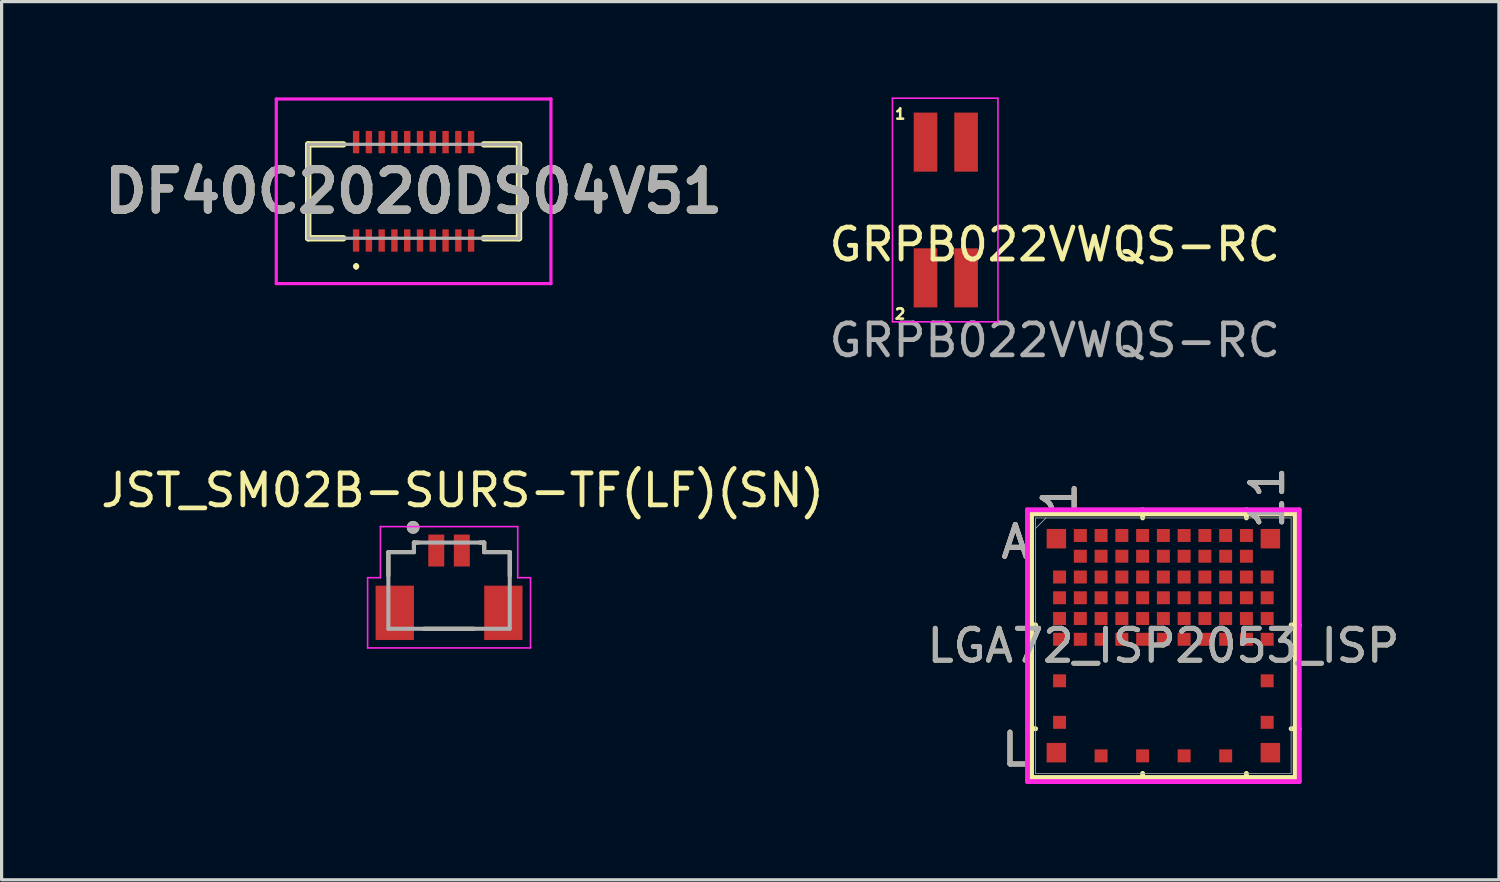
<source format=kicad_pcb>
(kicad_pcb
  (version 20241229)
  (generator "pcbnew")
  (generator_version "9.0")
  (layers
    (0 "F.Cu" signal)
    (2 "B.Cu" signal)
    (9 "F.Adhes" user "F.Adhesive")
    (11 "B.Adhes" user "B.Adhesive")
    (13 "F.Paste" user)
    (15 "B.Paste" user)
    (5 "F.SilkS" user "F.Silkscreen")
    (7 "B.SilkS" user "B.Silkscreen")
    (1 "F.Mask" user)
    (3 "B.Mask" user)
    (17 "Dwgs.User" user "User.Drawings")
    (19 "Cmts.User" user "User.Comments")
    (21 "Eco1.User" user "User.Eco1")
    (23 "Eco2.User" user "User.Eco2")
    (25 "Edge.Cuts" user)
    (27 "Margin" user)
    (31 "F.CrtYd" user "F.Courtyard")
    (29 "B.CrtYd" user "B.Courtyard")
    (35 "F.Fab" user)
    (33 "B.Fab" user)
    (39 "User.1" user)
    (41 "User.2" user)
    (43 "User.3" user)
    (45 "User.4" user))
  (footprint "LGA72_ISP2053_ISP"
    (layer "F.Cu")
    (at 33.375 17.166)
    (property "Reference" "LGA72_ISP2053_ISP" (at 0 0 0) (unlocked yes) (layer "F.SilkS") (effects (font (size 1 1) (thickness 0.15))))
    (attr smd)
    (fp_line (start -4.128 -4.128) (end -4.128 4.128) (stroke (width 0.152) (type solid)) (layer "F.SilkS"))
    (fp_line (start -4.128 4.128) (end 4.128 4.128) (stroke (width 0.152) (type solid)) (layer "F.SilkS"))
    (fp_line (start -4 -0.65) (end -4.255 -0.65) (stroke (width 0.152) (type solid)) (layer "F.SilkS"))
    (fp_line (start -4 2.6) (end -4.255 2.6) (stroke (width 0.152) (type solid)) (layer "F.SilkS"))
    (fp_line (start -0.65 -4) (end -0.65 -4.255) (stroke (width 0.152) (type solid)) (layer "F.SilkS"))
    (fp_line (start -0.65 4) (end -0.65 4.255) (stroke (width 0.152) (type solid)) (layer "F.SilkS"))
    (fp_line (start 2.6 -4) (end 2.6 -4.255) (stroke (width 0.152) (type solid)) (layer "F.SilkS"))
    (fp_line (start 2.6 4) (end 2.6 4.255) (stroke (width 0.152) (type solid)) (layer "F.SilkS"))
    (fp_line (start 4 -0.65) (end 4.255 -0.65) (stroke (width 0.152) (type solid)) (layer "F.SilkS"))
    (fp_line (start 4 2.6) (end 4.255 2.6) (stroke (width 0.152) (type solid)) (layer "F.SilkS"))
    (fp_line (start 4.128 -4.128) (end -4.128 -4.128) (stroke (width 0.152) (type solid)) (layer "F.SilkS"))
    (fp_line (start 4.128 4.128) (end 4.128 -4.128) (stroke (width 0.152) (type solid)) (layer "F.SilkS"))
    (fp_poly (pts (xy -4.019 -4.019) (xy 4.019 -4.019) (xy 4.019 4.019) (xy -4.019 4.019)) (stroke (width 0.1) (type solid)) (fill no) (layer "Eco2.User"))
    (fp_line (start -4.255 -4.255) (end 4.255 -4.255) (stroke (width 0.152) (type solid)) (layer "F.CrtYd"))
    (fp_line (start -4.255 4.255) (end -4.255 -4.255) (stroke (width 0.152) (type solid)) (layer "F.CrtYd"))
    (fp_line (start 4.255 -4.255) (end 4.255 4.255) (stroke (width 0.152) (type solid)) (layer "F.CrtYd"))
    (fp_line (start 4.255 4.255) (end -4.255 4.255) (stroke (width 0.152) (type solid)) (layer "F.CrtYd"))
    (fp_line (start -4 -4) (end -4 4) (stroke (width 0.025) (type solid)) (layer "F.Fab"))
    (fp_line (start -4 4) (end 4 4) (stroke (width 0.025) (type solid)) (layer "F.Fab"))
    (fp_line (start -3.675 -4) (end -4 -3.675) (stroke (width 0.025) (type solid)) (layer "F.Fab"))
    (fp_line (start 4 -4) (end -4 -4) (stroke (width 0.025) (type solid)) (layer "F.Fab"))
    (fp_line (start 4 4) (end 4 -4) (stroke (width 0.025) (type solid)) (layer "F.Fab"))
    (fp_text user "1" (at -3.25 -4.636 90) (unlocked yes) (layer "F.SilkS") (effects (font (size 1 1) (thickness 0.15))))
    (fp_text user "11" (at 3.25 -4.636 90) (unlocked yes) (layer "F.SilkS") (effects (font (size 1 1) (thickness 0.15))))
    (fp_text user "L" (at -4.636 3.25 0) (unlocked yes) (layer "F.SilkS") (effects (font (size 1 1) (thickness 0.15))))
    (fp_text user "A" (at -4.636 -3.25 0) (unlocked yes) (layer "F.SilkS") (effects (font (size 1 1) (thickness 0.15))))
    (fp_text user "1" (at -3.25 -4.636 90) (unlocked yes) (layer "B.SilkS") (effects (font (size 1 1) (thickness 0.15))))
    (fp_text user "11" (at 3.25 -4.636 90) (unlocked yes) (layer "B.SilkS") (effects (font (size 1 1) (thickness 0.15))))
    (fp_text user "L" (at -4.636 3.25 0) (unlocked yes) (layer "B.SilkS") (effects (font (size 1 1) (thickness 0.15))))
    (fp_text user "A" (at -4.636 -3.25 0) (unlocked yes) (layer "B.SilkS") (effects (font (size 1 1) (thickness 0.15))))
    (fp_text user "L" (at -4.636 3.25 0) (unlocked yes) (layer "F.Fab") (effects (font (size 1 1) (thickness 0.15))))
    (fp_text user "A" (at -4.636 -3.25 0) (unlocked yes) (layer "F.Fab") (effects (font (size 1 1) (thickness 0.15))))
    (fp_text user "${REFERENCE}" (at 0 0 0) (unlocked yes) (layer "F.Fab") (effects (font (size 1 1) (thickness 0.15))))
    (fp_text user "1" (at -3.25 -4.636 90) (unlocked yes) (layer "F.Fab") (effects (font (size 1 1) (thickness 0.15))))
    (fp_text user "11" (at 3.25 -4.636 90) (unlocked yes) (layer "F.Fab") (effects (font (size 1 1) (thickness 0.15))))
    (pad "A1" smd rect (at -3.35 -3.35) (size 0.61 0.61) (layers "F.Cu" "F.Mask" "F.Paste"))
    (pad "A2" smd rect (at -2.6 -3.45) (size 0.406 0.406) (layers "F.Cu" "F.Mask" "F.Paste"))
    (pad "A3" smd rect (at -1.95 -3.45) (size 0.406 0.406) (layers "F.Cu" "F.Mask" "F.Paste"))
    (pad "A4" smd rect (at -1.3 -3.45) (size 0.406 0.406) (layers "F.Cu" "F.Mask" "F.Paste"))
    (pad "A5" smd rect (at -0.65 -3.45) (size 0.406 0.406) (layers "F.Cu" "F.Mask" "F.Paste"))
    (pad "A6" smd rect (at 0 -3.45) (size 0.406 0.406) (layers "F.Cu" "F.Mask" "F.Paste"))
    (pad "A7" smd rect (at 0.65 -3.45) (size 0.406 0.406) (layers "F.Cu" "F.Mask" "F.Paste"))
    (pad "A8" smd rect (at 1.3 -3.45) (size 0.406 0.406) (layers "F.Cu" "F.Mask" "F.Paste"))
    (pad "A9" smd rect (at 1.95 -3.45) (size 0.406 0.406) (layers "F.Cu" "F.Mask" "F.Paste"))
    (pad "A10" smd rect (at 2.6 -3.45) (size 0.406 0.406) (layers "F.Cu" "F.Mask" "F.Paste"))
    (pad "A11" smd rect (at 3.35 -3.35) (size 0.61 0.61) (layers "F.Cu" "F.Mask" "F.Paste"))
    (pad "B2" smd rect (at -2.6 -2.8) (size 0.406 0.406) (layers "F.Cu" "F.Mask" "F.Paste"))
    (pad "B3" smd rect (at -1.95 -2.8) (size 0.406 0.406) (layers "F.Cu" "F.Mask" "F.Paste"))
    (pad "B4" smd rect (at -1.3 -2.8) (size 0.406 0.406) (layers "F.Cu" "F.Mask" "F.Paste"))
    (pad "B5" smd rect (at -0.65 -2.8) (size 0.406 0.406) (layers "F.Cu" "F.Mask" "F.Paste"))
    (pad "B6" smd rect (at 0 -2.8) (size 0.406 0.406) (layers "F.Cu" "F.Mask" "F.Paste"))
    (pad "B7" smd rect (at 0.65 -2.8) (size 0.406 0.406) (layers "F.Cu" "F.Mask" "F.Paste"))
    (pad "B8" smd rect (at 1.3 -2.8) (size 0.406 0.406) (layers "F.Cu" "F.Mask" "F.Paste"))
    (pad "B9" smd rect (at 1.95 -2.8) (size 0.406 0.406) (layers "F.Cu" "F.Mask" "F.Paste"))
    (pad "B10" smd rect (at 2.6 -2.8) (size 0.406 0.406) (layers "F.Cu" "F.Mask" "F.Paste"))
    (pad "C1" smd rect (at -3.25 -2.15) (size 0.406 0.406) (layers "F.Cu" "F.Mask" "F.Paste"))
    (pad "C2" smd rect (at -2.6 -2.15) (size 0.406 0.406) (layers "F.Cu" "F.Mask" "F.Paste"))
    (pad "C3" smd rect (at -1.95 -2.15) (size 0.406 0.406) (layers "F.Cu" "F.Mask" "F.Paste"))
    (pad "C4" smd rect (at -1.3 -2.15) (size 0.406 0.406) (layers "F.Cu" "F.Mask" "F.Paste"))
    (pad "C5" smd rect (at -0.65 -2.15) (size 0.406 0.406) (layers "F.Cu" "F.Mask" "F.Paste"))
    (pad "C6" smd rect (at 0 -2.15) (size 0.406 0.406) (layers "F.Cu" "F.Mask" "F.Paste"))
    (pad "C7" smd rect (at 0.65 -2.15) (size 0.406 0.406) (layers "F.Cu" "F.Mask" "F.Paste"))
    (pad "C8" smd rect (at 1.3 -2.15) (size 0.406 0.406) (layers "F.Cu" "F.Mask" "F.Paste"))
    (pad "C9" smd rect (at 1.95 -2.15) (size 0.406 0.406) (layers "F.Cu" "F.Mask" "F.Paste"))
    (pad "C10" smd rect (at 2.6 -2.15) (size 0.406 0.406) (layers "F.Cu" "F.Mask" "F.Paste"))
    (pad "C11" smd rect (at 3.25 -2.15) (size 0.406 0.406) (layers "F.Cu" "F.Mask" "F.Paste"))
    (pad "D1" smd rect (at -3.25 -1.5) (size 0.406 0.406) (layers "F.Cu" "F.Mask" "F.Paste"))
    (pad "D2" smd rect (at -2.6 -1.5) (size 0.406 0.406) (layers "F.Cu" "F.Mask" "F.Paste"))
    (pad "D3" smd rect (at -1.95 -1.5) (size 0.406 0.406) (layers "F.Cu" "F.Mask" "F.Paste"))
    (pad "D4" smd rect (at -1.3 -1.5) (size 0.406 0.406) (layers "F.Cu" "F.Mask" "F.Paste"))
    (pad "D5" smd rect (at -0.65 -1.5) (size 0.406 0.406) (layers "F.Cu" "F.Mask" "F.Paste"))
    (pad "D6" smd rect (at 0 -1.5) (size 0.406 0.406) (layers "F.Cu" "F.Mask" "F.Paste"))
    (pad "D7" smd rect (at 0.65 -1.5) (size 0.406 0.406) (layers "F.Cu" "F.Mask" "F.Paste"))
    (pad "D8" smd rect (at 1.3 -1.5) (size 0.406 0.406) (layers "F.Cu" "F.Mask" "F.Paste"))
    (pad "D9" smd rect (at 1.95 -1.5) (size 0.406 0.406) (layers "F.Cu" "F.Mask" "F.Paste"))
    (pad "D10" smd rect (at 2.6 -1.5) (size 0.406 0.406) (layers "F.Cu" "F.Mask" "F.Paste"))
    (pad "D11" smd rect (at 3.25 -1.5) (size 0.406 0.406) (layers "F.Cu" "F.Mask" "F.Paste"))
    (pad "E1" smd rect (at -3.25 -0.85) (size 0.406 0.406) (layers "F.Cu" "F.Mask" "F.Paste"))
    (pad "E2" smd rect (at -2.6 -0.85) (size 0.406 0.406) (layers "F.Cu" "F.Mask" "F.Paste"))
    (pad "E3" smd rect (at -1.95 -0.85) (size 0.406 0.406) (layers "F.Cu" "F.Mask" "F.Paste"))
    (pad "E4" smd rect (at -1.3 -0.85) (size 0.406 0.406) (layers "F.Cu" "F.Mask" "F.Paste"))
    (pad "E5" smd rect (at -0.65 -0.85) (size 0.406 0.406) (layers "F.Cu" "F.Mask" "F.Paste"))
    (pad "E6" smd rect (at 0 -0.85) (size 0.406 0.406) (layers "F.Cu" "F.Mask" "F.Paste"))
    (pad "E7" smd rect (at 0.65 -0.85) (size 0.406 0.406) (layers "F.Cu" "F.Mask" "F.Paste"))
    (pad "E8" smd rect (at 1.3 -0.85) (size 0.406 0.406) (layers "F.Cu" "F.Mask" "F.Paste"))
    (pad "E9" smd rect (at 1.95 -0.85) (size 0.406 0.406) (layers "F.Cu" "F.Mask" "F.Paste"))
    (pad "E10" smd rect (at 2.6 -0.85) (size 0.406 0.406) (layers "F.Cu" "F.Mask" "F.Paste"))
    (pad "E11" smd rect (at 3.25 -0.85) (size 0.406 0.406) (layers "F.Cu" "F.Mask" "F.Paste"))
    (pad "F1" smd rect (at -3.25 -0.2) (size 0.406 0.406) (layers "F.Cu" "F.Mask" "F.Paste"))
    (pad "F2" smd rect (at -2.6 -0.2) (size 0.406 0.406) (layers "F.Cu" "F.Mask" "F.Paste"))
    (pad "F3" smd rect (at -1.95 -0.2) (size 0.406 0.406) (layers "F.Cu" "F.Mask" "F.Paste"))
    (pad "F4" smd rect (at -1.3 -0.2) (size 0.406 0.406) (layers "F.Cu" "F.Mask" "F.Paste"))
    (pad "F5" smd rect (at -0.65 -0.2) (size 0.406 0.406) (layers "F.Cu" "F.Mask" "F.Paste"))
    (pad "F6" smd rect (at 0 -0.2) (size 0.406 0.406) (layers "F.Cu" "F.Mask" "F.Paste"))
    (pad "F7" smd rect (at 0.65 -0.2) (size 0.406 0.406) (layers "F.Cu" "F.Mask" "F.Paste"))
    (pad "F8" smd rect (at 1.3 -0.2) (size 0.406 0.406) (layers "F.Cu" "F.Mask" "F.Paste"))
    (pad "F9" smd rect (at 1.95 -0.2) (size 0.406 0.406) (layers "F.Cu" "F.Mask" "F.Paste"))
    (pad "F10" smd rect (at 2.6 -0.2) (size 0.406 0.406) (layers "F.Cu" "F.Mask" "F.Paste"))
    (pad "F11" smd rect (at 3.25 -0.2) (size 0.406 0.406) (layers "F.Cu" "F.Mask" "F.Paste"))
    (pad "H1" smd rect (at -3.25 1.1) (size 0.406 0.406) (layers "F.Cu" "F.Mask" "F.Paste"))
    (pad "H11" smd rect (at 3.25 1.1) (size 0.406 0.406) (layers "F.Cu" "F.Mask" "F.Paste"))
    (pad "K1" smd rect (at -3.25 2.4) (size 0.406 0.406) (layers "F.Cu" "F.Mask" "F.Paste"))
    (pad "K11" smd rect (at 3.25 2.4) (size 0.406 0.406) (layers "F.Cu" "F.Mask" "F.Paste"))
    (pad "L1" smd rect (at -3.35 3.35) (size 0.61 0.61) (layers "F.Cu" "F.Mask" "F.Paste"))
    (pad "L3" smd rect (at -1.95 3.45) (size 0.406 0.406) (layers "F.Cu" "F.Mask" "F.Paste"))
    (pad "L5" smd rect (at -0.65 3.45) (size 0.406 0.406) (layers "F.Cu" "F.Mask" "F.Paste"))
    (pad "L7" smd rect (at 0.65 3.45) (size 0.406 0.406) (layers "F.Cu" "F.Mask" "F.Paste"))
    (pad "L9" smd rect (at 1.95 3.45) (size 0.406 0.406) (layers "F.Cu" "F.Mask" "F.Paste"))
    (pad "L11" smd rect (at 3.35 3.35) (size 0.61 0.61) (layers "F.Cu" "F.Mask" "F.Paste")))
  (footprint "GRPB022VWQS-RC"
    (layer "F.Cu")
    (at 29.973 5.105)
    (property "Reference" "GRPB022VWQS-RC" (at 0 -0.5 0) (unlocked yes) (layer "F.SilkS") (effects (font (size 1 1) (thickness 0.15))))
    (attr smd)
    (fp_line (start -5.08 -5.08) (end -1.778 -5.08) (stroke (width 0.05) (type solid)) (layer "F.CrtYd"))
    (fp_line (start -5.08 1.92) (end -5.08 -5.08) (stroke (width 0.05) (type solid)) (layer "F.CrtYd"))
    (fp_line (start -1.778 -5.08) (end -1.778 1.92) (stroke (width 0.05) (type solid)) (layer "F.CrtYd"))
    (fp_line (start -1.778 1.92) (end -5.08 1.92) (stroke (width 0.05) (type solid)) (layer "F.CrtYd"))
    (fp_text user "1" (at -4.838 -4.584 0) (layer "F.SilkS") (effects (font (size 0.32 0.32) (thickness 0.08))))
    (fp_text user "2" (at -4.842 1.676 0) (layer "F.SilkS") (effects (font (size 0.321 0.321) (thickness 0.08))))
    (fp_text user "${REFERENCE}" (at 0 2.5 0) (unlocked yes) (layer "F.Fab") (effects (font (size 1 1) (thickness 0.15))))
    (pad "1" smd rect (at -4.045 -3.705) (size 0.74 1.85) (layers "F.Cu" "F.Mask" "F.Paste"))
    (pad "2" smd rect (at -4.045 0.545) (size 0.74 1.85) (layers "F.Cu" "F.Mask" "F.Paste"))
    (pad "3" smd rect (at -2.775 -3.705) (size 0.74 1.85) (layers "F.Cu" "F.Mask" "F.Paste"))
    (pad "4" smd rect (at -2.775 0.545) (size 0.74 1.85) (layers "F.Cu" "F.Mask" "F.Paste")))
  (footprint "JST_SM02B-SURS-TF(LF)(SN)"
    (layer "F.Cu")
    (at 11.01 14.187)
    (property "Reference" "JST_SM02B-SURS-TF(LF)(SN)" (at 0.425 -1.885 0) (layer "F.SilkS") (effects (font (size 1 1) (thickness 0.15))))
    (attr smd)
    (fp_line (start -1.9 0.05) (end -1.9 0.787) (stroke (width 0.127) (type solid)) (layer "F.SilkS"))
    (fp_line (start -1.9 0.05) (end -1.1 0.05) (stroke (width 0.127) (type solid)) (layer "F.SilkS"))
    (fp_line (start -1.1 -0.25) (end -0.963 -0.25) (stroke (width 0.127) (type solid)) (layer "F.SilkS"))
    (fp_line (start -1.1 0.05) (end -1.1 -0.25) (stroke (width 0.127) (type solid)) (layer "F.SilkS"))
    (fp_line (start -0.786 2.45) (end 0.786 2.45) (stroke (width 0.127) (type solid)) (layer "F.SilkS"))
    (fp_line (start 1.1 -0.25) (end 0.963 -0.25) (stroke (width 0.127) (type solid)) (layer "F.SilkS"))
    (fp_line (start 1.1 -0.25) (end 1.1 0.05) (stroke (width 0.127) (type solid)) (layer "F.SilkS"))
    (fp_line (start 1.1 0.05) (end 1.9 0.05) (stroke (width 0.127) (type solid)) (layer "F.SilkS"))
    (fp_line (start 1.9 0.05) (end 1.9 0.787) (stroke (width 0.127) (type solid)) (layer "F.SilkS"))
    (fp_circle (center -1.125 -0.725) (end -1.025 -0.725) (stroke (width 0.2) (type solid)) (fill no) (layer "F.SilkS"))
    (fp_line (start -2.55 0.85) (end -2.55 3.05) (stroke (width 0.05) (type solid)) (layer "F.CrtYd"))
    (fp_line (start -2.55 3.05) (end 2.55 3.05) (stroke (width 0.05) (type solid)) (layer "F.CrtYd"))
    (fp_line (start -2.15 -0.75) (end -2.15 0.85) (stroke (width 0.05) (type solid)) (layer "F.CrtYd"))
    (fp_line (start -2.15 0.85) (end -2.55 0.85) (stroke (width 0.05) (type solid)) (layer "F.CrtYd"))
    (fp_line (start 2.15 -0.75) (end -2.15 -0.75) (stroke (width 0.05) (type solid)) (layer "F.CrtYd"))
    (fp_line (start 2.15 0.85) (end 2.15 -0.75) (stroke (width 0.05) (type solid)) (layer "F.CrtYd"))
    (fp_line (start 2.55 0.85) (end 2.15 0.85) (stroke (width 0.05) (type solid)) (layer "F.CrtYd"))
    (fp_line (start 2.55 3.05) (end 2.55 0.85) (stroke (width 0.05) (type solid)) (layer "F.CrtYd"))
    (fp_line (start -1.9 0.05) (end -1.9 2.45) (stroke (width 0.127) (type solid)) (layer "F.Fab"))
    (fp_line (start -1.9 0.05) (end -1.1 0.05) (stroke (width 0.127) (type solid)) (layer "F.Fab"))
    (fp_line (start -1.9 2.45) (end 1.9 2.45) (stroke (width 0.127) (type solid)) (layer "F.Fab"))
    (fp_line (start -1.1 -0.25) (end 1.1 -0.25) (stroke (width 0.127) (type solid)) (layer "F.Fab"))
    (fp_line (start -1.1 0.05) (end -1.1 -0.25) (stroke (width 0.127) (type solid)) (layer "F.Fab"))
    (fp_line (start 1.1 -0.25) (end 1.1 0.05) (stroke (width 0.127) (type solid)) (layer "F.Fab"))
    (fp_line (start 1.1 0.05) (end 1.9 0.05) (stroke (width 0.127) (type solid)) (layer "F.Fab"))
    (fp_line (start 1.9 2.45) (end 1.9 0.05) (stroke (width 0.127) (type solid)) (layer "F.Fab"))
    (fp_circle (center -1.125 -0.725) (end -1.025 -0.725) (stroke (width 0.2) (type solid)) (fill no) (layer "F.Fab"))
    (pad "1" smd rect (at -0.4 0) (size 0.5 1) (layers "F.Cu" "F.Mask" "F.Paste"))
    (pad "2" smd rect (at 0.4 0) (size 0.5 1) (layers "F.Cu" "F.Mask" "F.Paste"))
    (pad "S1" smd rect (at -1.7 1.95) (size 1.2 1.7) (layers "F.Cu" "F.Mask" "F.Paste"))
    (pad "S2" smd rect (at 1.7 1.95) (size 1.2 1.7) (layers "F.Cu" "F.Mask" "F.Paste")))
  (footprint "DF40C2020DS04V51"
    (layer "F.Cu")
    (at 9.9 2.94)
    (property "Reference" "DF40C2020DS04V51" (at 0 0 0) (layer "F.SilkS") (effects (font (size 1.27 1.27) (thickness 0.254))))
    (attr smd)
    (fp_line (start -3.3 -1.47) (end -3.3 1.47) (stroke (width 0.2) (type solid)) (layer "F.SilkS"))
    (fp_line (start -3.3 1.47) (end -2.2 1.47) (stroke (width 0.2) (type solid)) (layer "F.SilkS"))
    (fp_line (start -2.2 -1.47) (end -3.3 -1.47) (stroke (width 0.2) (type solid)) (layer "F.SilkS"))
    (fp_line (start -1.8 2.3) (end -1.8 2.3) (stroke (width 0.1) (type solid)) (layer "F.SilkS"))
    (fp_line (start -1.8 2.4) (end -1.8 2.4) (stroke (width 0.1) (type solid)) (layer "F.SilkS"))
    (fp_line (start 2.2 -1.47) (end 3.3 -1.47) (stroke (width 0.2) (type solid)) (layer "F.SilkS"))
    (fp_line (start 3.3 -1.47) (end 3.3 1.47) (stroke (width 0.2) (type solid)) (layer "F.SilkS"))
    (fp_line (start 3.3 1.47) (end 2.2 1.47) (stroke (width 0.2) (type solid)) (layer "F.SilkS"))
    (fp_arc (start -1.8 2.3) (mid -1.75 2.35) (end -1.8 2.4) (stroke (width 0.1) (type solid)) (layer "F.SilkS"))
    (fp_arc (start -1.8 2.4) (mid -1.85 2.35) (end -1.8 2.3) (stroke (width 0.1) (type solid)) (layer "F.SilkS"))
    (fp_line (start -4.3 -2.89) (end 4.3 -2.89) (stroke (width 0.1) (type solid)) (layer "F.CrtYd"))
    (fp_line (start -4.3 2.89) (end -4.3 -2.89) (stroke (width 0.1) (type solid)) (layer "F.CrtYd"))
    (fp_line (start 4.3 -2.89) (end 4.3 2.89) (stroke (width 0.1) (type solid)) (layer "F.CrtYd"))
    (fp_line (start 4.3 2.89) (end -4.3 2.89) (stroke (width 0.1) (type solid)) (layer "F.CrtYd"))
    (fp_line (start -3.3 -1.47) (end 3.3 -1.47) (stroke (width 0.1) (type solid)) (layer "F.Fab"))
    (fp_line (start -3.3 1.47) (end -3.3 -1.47) (stroke (width 0.1) (type solid)) (layer "F.Fab"))
    (fp_line (start 3.3 -1.47) (end 3.3 1.47) (stroke (width 0.1) (type solid)) (layer "F.Fab"))
    (fp_line (start 3.3 1.47) (end -3.3 1.47) (stroke (width 0.1) (type solid)) (layer "F.Fab"))
    (fp_text user "${REFERENCE}" (at 0 0 0) (layer "F.Fab") (effects (font (size 1.27 1.27) (thickness 0.254))))
    (pad "1" smd rect (at -1.8 1.54) (size 0.2 0.7) (layers "F.Cu" "F.Mask" "F.Paste"))
    (pad "2" smd rect (at -1.8 -1.54) (size 0.2 0.7) (layers "F.Cu" "F.Mask" "F.Paste"))
    (pad "3" smd rect (at -1.4 1.54) (size 0.2 0.7) (layers "F.Cu" "F.Mask" "F.Paste"))
    (pad "4" smd rect (at -1.4 -1.54) (size 0.2 0.7) (layers "F.Cu" "F.Mask" "F.Paste"))
    (pad "5" smd rect (at -1 1.54) (size 0.2 0.7) (layers "F.Cu" "F.Mask" "F.Paste"))
    (pad "6" smd rect (at -1 -1.54) (size 0.2 0.7) (layers "F.Cu" "F.Mask" "F.Paste"))
    (pad "7" smd rect (at -0.6 1.54) (size 0.2 0.7) (layers "F.Cu" "F.Mask" "F.Paste"))
    (pad "8" smd rect (at -0.6 -1.54) (size 0.2 0.7) (layers "F.Cu" "F.Mask" "F.Paste"))
    (pad "9" smd rect (at -0.2 1.54) (size 0.2 0.7) (layers "F.Cu" "F.Mask" "F.Paste"))
    (pad "10" smd rect (at -0.2 -1.54) (size 0.2 0.7) (layers "F.Cu" "F.Mask" "F.Paste"))
    (pad "11" smd rect (at 0.2 1.54) (size 0.2 0.7) (layers "F.Cu" "F.Mask" "F.Paste"))
    (pad "12" smd rect (at 0.2 -1.54) (size 0.2 0.7) (layers "F.Cu" "F.Mask" "F.Paste"))
    (pad "13" smd rect (at 0.6 1.54) (size 0.2 0.7) (layers "F.Cu" "F.Mask" "F.Paste"))
    (pad "14" smd rect (at 0.6 -1.54) (size 0.2 0.7) (layers "F.Cu" "F.Mask" "F.Paste"))
    (pad "15" smd rect (at 1 1.54) (size 0.2 0.7) (layers "F.Cu" "F.Mask" "F.Paste"))
    (pad "16" smd rect (at 1 -1.54) (size 0.2 0.7) (layers "F.Cu" "F.Mask" "F.Paste"))
    (pad "17" smd rect (at 1.4 1.54) (size 0.2 0.7) (layers "F.Cu" "F.Mask" "F.Paste"))
    (pad "18" smd rect (at 1.4 -1.54) (size 0.2 0.7) (layers "F.Cu" "F.Mask" "F.Paste"))
    (pad "19" smd rect (at 1.8 1.54) (size 0.2 0.7) (layers "F.Cu" "F.Mask" "F.Paste"))
    (pad "20" smd rect (at 1.8 -1.54) (size 0.2 0.7) (layers "F.Cu" "F.Mask" "F.Paste")))
  (gr_rect
    (start -3 -3)
    (end 43.881 24.497)
    (stroke (width 0.1) (type default))
    (fill no)
    (layer "Edge.Cuts")))
</source>
